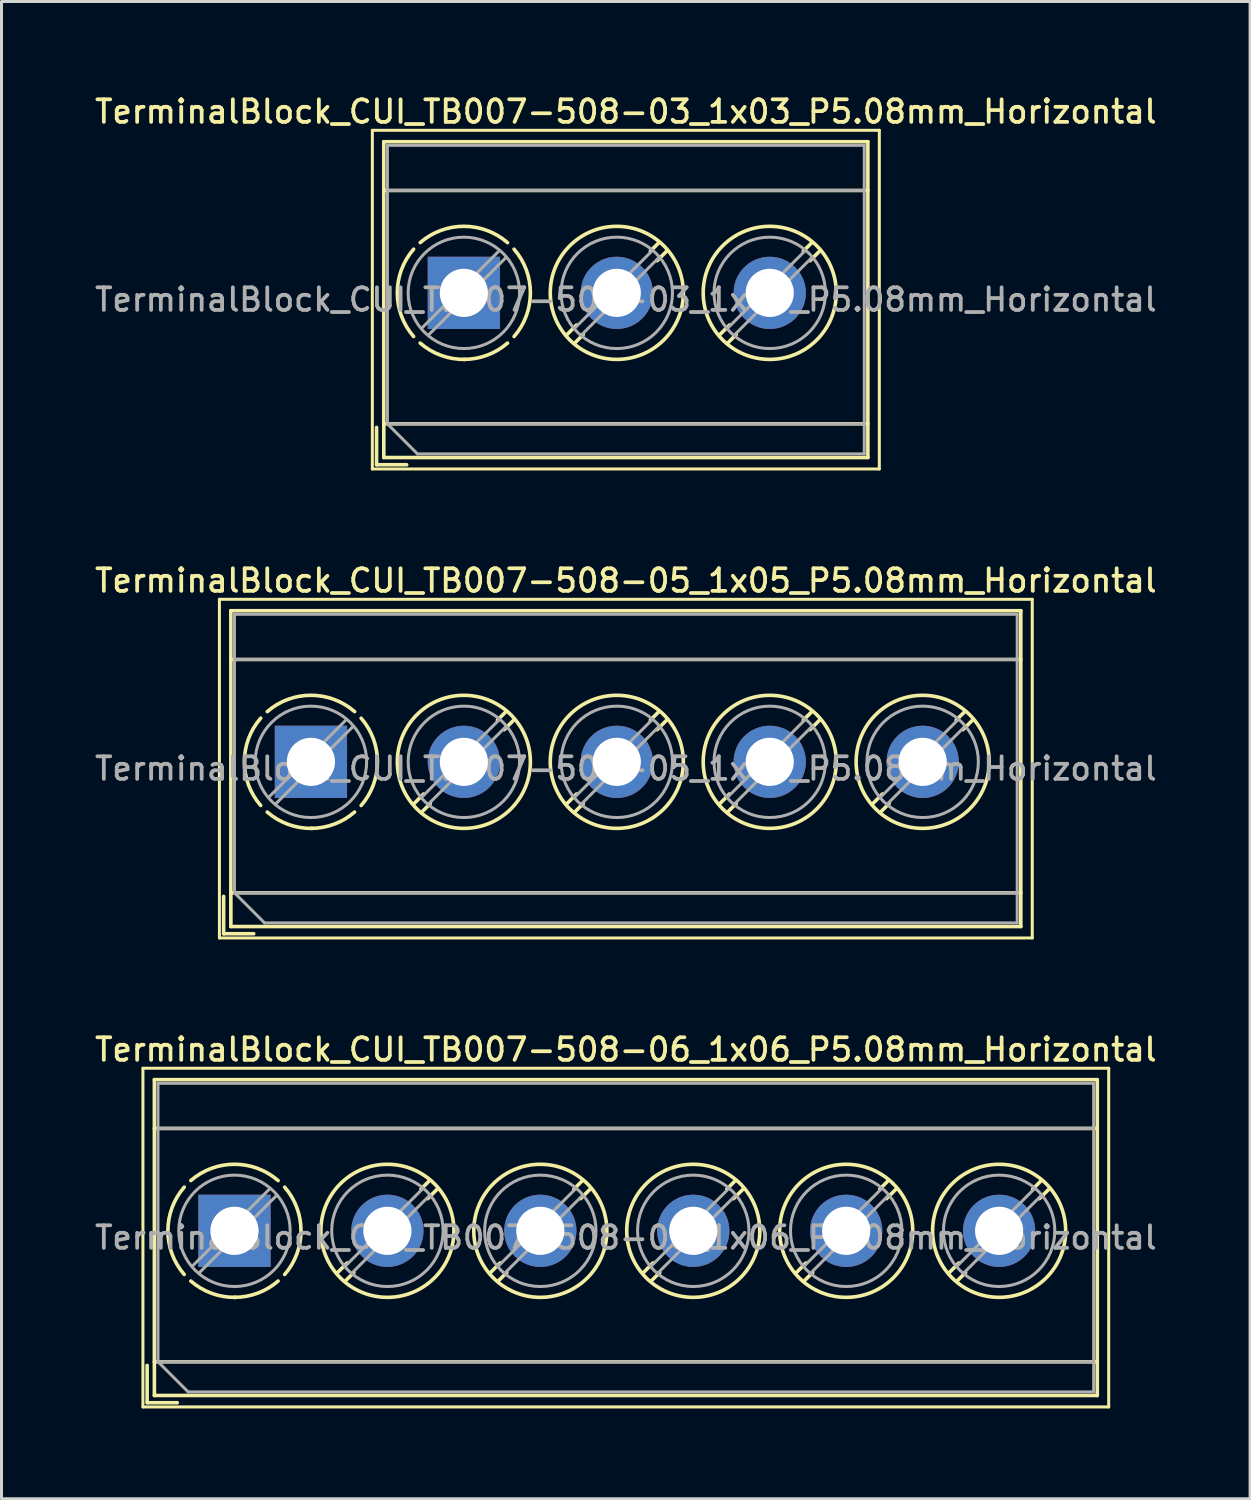
<source format=kicad_pcb>
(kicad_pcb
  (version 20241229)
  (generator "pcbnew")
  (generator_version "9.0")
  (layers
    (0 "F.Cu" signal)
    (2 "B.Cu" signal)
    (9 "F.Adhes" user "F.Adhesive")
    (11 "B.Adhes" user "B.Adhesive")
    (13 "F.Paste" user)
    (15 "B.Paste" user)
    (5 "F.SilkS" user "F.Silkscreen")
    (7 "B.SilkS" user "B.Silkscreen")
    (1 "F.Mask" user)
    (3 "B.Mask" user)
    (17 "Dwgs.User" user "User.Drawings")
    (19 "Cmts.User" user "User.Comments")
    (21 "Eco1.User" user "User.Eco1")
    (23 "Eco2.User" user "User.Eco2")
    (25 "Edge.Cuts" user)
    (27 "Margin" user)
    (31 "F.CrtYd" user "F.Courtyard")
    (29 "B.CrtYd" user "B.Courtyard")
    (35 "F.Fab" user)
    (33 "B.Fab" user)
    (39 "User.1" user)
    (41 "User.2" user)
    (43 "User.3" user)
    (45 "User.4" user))
  (footprint "TerminalBlock_CUI_TB007-508-05_1x05_P5.08mm_Horizontal"
    (layer "F.Cu")
    (at 7.278 22.256)
    (property "Reference" "TerminalBlock_CUI_TB007-508-05_1x05_P5.08mm_Horizontal" (at 10.46 -6.02 0) (layer "F.SilkS") (effects (font (size 0.75 0.75) (thickness 0.125))))
    (attr through_hole)
    (fp_line (start -3.04 -5.4) (end -3.04 5.85) (stroke (width 0.1) (type solid)) (layer "F.SilkS"))
    (fp_line (start -3.04 5.85) (end 23.96 5.85) (stroke (width 0.1) (type solid)) (layer "F.SilkS"))
    (fp_line (start -2.9 4.47) (end -2.9 5.71) (stroke (width 0.12) (type solid)) (layer "F.SilkS"))
    (fp_line (start -2.9 5.71) (end -1.9 5.71) (stroke (width 0.12) (type solid)) (layer "F.SilkS"))
    (fp_line (start -2.66 -5.02) (end -2.66 5.47) (stroke (width 0.12) (type solid)) (layer "F.SilkS"))
    (fp_line (start -2.66 -5.02) (end 23.58 -5.02) (stroke (width 0.12) (type solid)) (layer "F.SilkS"))
    (fp_line (start -2.66 -3.401) (end 23.58 -3.401) (stroke (width 0.12) (type solid)) (layer "F.SilkS"))
    (fp_line (start -2.66 4.35) (end 23.58 4.35) (stroke (width 0.12) (type solid)) (layer "F.SilkS"))
    (fp_line (start -2.66 5.47) (end 23.58 5.47) (stroke (width 0.12) (type solid)) (layer "F.SilkS"))
    (fp_line (start 3.743 1.068) (end 3.404 1.407) (stroke (width 0.12) (type solid)) (layer "F.SilkS"))
    (fp_line (start 3.967 1.384) (end 3.674 1.676) (stroke (width 0.12) (type solid)) (layer "F.SilkS"))
    (fp_line (start 6.487 -1.676) (end 6.194 -1.384) (stroke (width 0.12) (type solid)) (layer "F.SilkS"))
    (fp_line (start 6.757 -1.407) (end 6.418 -1.068) (stroke (width 0.12) (type solid)) (layer "F.SilkS"))
    (fp_line (start 8.823 1.068) (end 8.484 1.407) (stroke (width 0.12) (type solid)) (layer "F.SilkS"))
    (fp_line (start 9.047 1.384) (end 8.754 1.676) (stroke (width 0.12) (type solid)) (layer "F.SilkS"))
    (fp_line (start 11.567 -1.676) (end 11.274 -1.384) (stroke (width 0.12) (type solid)) (layer "F.SilkS"))
    (fp_line (start 11.837 -1.407) (end 11.498 -1.068) (stroke (width 0.12) (type solid)) (layer "F.SilkS"))
    (fp_line (start 13.903 1.068) (end 13.564 1.407) (stroke (width 0.12) (type solid)) (layer "F.SilkS"))
    (fp_line (start 14.127 1.384) (end 13.834 1.676) (stroke (width 0.12) (type solid)) (layer "F.SilkS"))
    (fp_line (start 16.647 -1.676) (end 16.354 -1.384) (stroke (width 0.12) (type solid)) (layer "F.SilkS"))
    (fp_line (start 16.917 -1.407) (end 16.578 -1.068) (stroke (width 0.12) (type solid)) (layer "F.SilkS"))
    (fp_line (start 18.983 1.068) (end 18.644 1.407) (stroke (width 0.12) (type solid)) (layer "F.SilkS"))
    (fp_line (start 19.207 1.384) (end 18.914 1.676) (stroke (width 0.12) (type solid)) (layer "F.SilkS"))
    (fp_line (start 21.727 -1.676) (end 21.434 -1.384) (stroke (width 0.12) (type solid)) (layer "F.SilkS"))
    (fp_line (start 21.997 -1.407) (end 21.658 -1.068) (stroke (width 0.12) (type solid)) (layer "F.SilkS"))
    (fp_line (start 23.58 -5.02) (end 23.58 5.47) (stroke (width 0.12) (type solid)) (layer "F.SilkS"))
    (fp_line (start 23.96 -5.4) (end -3.04 -5.4) (stroke (width 0.1) (type solid)) (layer "F.SilkS"))
    (fp_line (start 23.96 5.85) (end 23.96 -5.4) (stroke (width 0.1) (type solid)) (layer "F.SilkS"))
    (fp_arc (start -1.66902 1.449827) (mid -2.210797 -0.000777) (end -1.668 -1.451) (stroke (width 0.12) (type solid)) (layer "F.SilkS"))
    (fp_arc (start -1.449827 -1.66902) (mid 0.000777 -2.210797) (end 1.451 -1.668) (stroke (width 0.12) (type solid)) (layer "F.SilkS"))
    (fp_arc (start 0.037807 2.210474) (mid -0.756867 2.077204) (end -1.451 1.668) (stroke (width 0.12) (type solid)) (layer "F.SilkS"))
    (fp_arc (start 1.44989 1.667908) (mid 0.773958 2.070046) (end 0 2.21) (stroke (width 0.12) (type solid)) (layer "F.SilkS"))
    (fp_arc (start 1.668029 -1.449966) (mid 2.210141 0.000022) (end 1.668 1.45) (stroke (width 0.12) (type solid)) (layer "F.SilkS"))
    (fp_circle (center 5.08 0) (end 7.29 0) (stroke (width 0.12) (type solid)) (fill no) (layer "F.SilkS"))
    (fp_circle (center 10.16 0) (end 12.37 0) (stroke (width 0.12) (type solid)) (fill no) (layer "F.SilkS"))
    (fp_circle (center 15.24 0) (end 17.45 0) (stroke (width 0.12) (type solid)) (fill no) (layer "F.SilkS"))
    (fp_circle (center 20.32 0) (end 22.53 0) (stroke (width 0.12) (type solid)) (fill no) (layer "F.SilkS"))
    (fp_line (start -2.54 -4.9) (end 23.46 -4.9) (stroke (width 0.1) (type solid)) (layer "F.Fab"))
    (fp_line (start -2.54 -3.4) (end 23.46 -3.4) (stroke (width 0.1) (type solid)) (layer "F.Fab"))
    (fp_line (start -2.54 4.35) (end -2.54 -4.9) (stroke (width 0.1) (type solid)) (layer "F.Fab"))
    (fp_line (start -2.54 4.35) (end 23.46 4.35) (stroke (width 0.1) (type solid)) (layer "F.Fab"))
    (fp_line (start -1.54 5.35) (end -2.54 4.35) (stroke (width 0.1) (type solid)) (layer "F.Fab"))
    (fp_line (start 1.178 -1.403) (end -1.404 1.178) (stroke (width 0.1) (type solid)) (layer "F.Fab"))
    (fp_line (start 1.404 -1.178) (end -1.178 1.403) (stroke (width 0.1) (type solid)) (layer "F.Fab"))
    (fp_line (start 6.258 -1.403) (end 3.677 1.178) (stroke (width 0.1) (type solid)) (layer "F.Fab"))
    (fp_line (start 6.484 -1.178) (end 3.903 1.403) (stroke (width 0.1) (type solid)) (layer "F.Fab"))
    (fp_line (start 11.338 -1.403) (end 8.757 1.178) (stroke (width 0.1) (type solid)) (layer "F.Fab"))
    (fp_line (start 11.564 -1.178) (end 8.983 1.403) (stroke (width 0.1) (type solid)) (layer "F.Fab"))
    (fp_line (start 16.418 -1.403) (end 13.837 1.178) (stroke (width 0.1) (type solid)) (layer "F.Fab"))
    (fp_line (start 16.644 -1.178) (end 14.063 1.403) (stroke (width 0.1) (type solid)) (layer "F.Fab"))
    (fp_line (start 21.498 -1.403) (end 18.917 1.178) (stroke (width 0.1) (type solid)) (layer "F.Fab"))
    (fp_line (start 21.724 -1.178) (end 19.143 1.403) (stroke (width 0.1) (type solid)) (layer "F.Fab"))
    (fp_line (start 23.46 -4.9) (end 23.46 5.35) (stroke (width 0.1) (type solid)) (layer "F.Fab"))
    (fp_line (start 23.46 5.35) (end -1.54 5.35) (stroke (width 0.1) (type solid)) (layer "F.Fab"))
    (fp_circle (center 0 0) (end 1.85 0) (stroke (width 0.1) (type solid)) (fill no) (layer "F.Fab"))
    (fp_circle (center 5.08 0) (end 6.93 0) (stroke (width 0.1) (type solid)) (fill no) (layer "F.Fab"))
    (fp_circle (center 10.16 0) (end 12.01 0) (stroke (width 0.1) (type solid)) (fill no) (layer "F.Fab"))
    (fp_circle (center 15.24 0) (end 17.09 0) (stroke (width 0.1) (type solid)) (fill no) (layer "F.Fab"))
    (fp_circle (center 20.32 0) (end 22.17 0) (stroke (width 0.1) (type solid)) (fill no) (layer "F.Fab"))
    (fp_text user "${REFERENCE}" (at 10.46 0.225 0) (layer "F.Fab") (effects (font (size 0.75 0.75) (thickness 0.125))))
    (pad "1" thru_hole rect (at 0 0) (size 2.4 2.4) (drill 1.6) (layers "*.Cu" "*.Mask"))
    (pad "2" thru_hole circle (at 5.08 0) (size 2.4 2.4) (drill 1.6) (layers "*.Cu" "*.Mask"))
    (pad "3" thru_hole circle (at 10.16 0) (size 2.4 2.4) (drill 1.6) (layers "*.Cu" "*.Mask"))
    (pad "4" thru_hole circle (at 15.24 0) (size 2.4 2.4) (drill 1.6) (layers "*.Cu" "*.Mask"))
    (pad "5" thru_hole circle (at 20.32 0) (size 2.4 2.4) (drill 1.6) (layers "*.Cu" "*.Mask")))
  (footprint "TerminalBlock_CUI_TB007-508-03_1x03_P5.08mm_Horizontal"
    (layer "F.Cu")
    (at 12.358 6.678)
    (property "Reference" "TerminalBlock_CUI_TB007-508-03_1x03_P5.08mm_Horizontal" (at 5.38 -6.02 0) (layer "F.SilkS") (effects (font (size 0.75 0.75) (thickness 0.125))))
    (attr through_hole)
    (fp_line (start -3.04 -5.4) (end -3.04 5.85) (stroke (width 0.1) (type solid)) (layer "F.SilkS"))
    (fp_line (start -3.04 5.85) (end 13.8 5.85) (stroke (width 0.1) (type solid)) (layer "F.SilkS"))
    (fp_line (start -2.9 4.47) (end -2.9 5.71) (stroke (width 0.12) (type solid)) (layer "F.SilkS"))
    (fp_line (start -2.9 5.71) (end -1.9 5.71) (stroke (width 0.12) (type solid)) (layer "F.SilkS"))
    (fp_line (start -2.66 -5.02) (end -2.66 5.47) (stroke (width 0.12) (type solid)) (layer "F.SilkS"))
    (fp_line (start -2.66 -5.02) (end 13.42 -5.02) (stroke (width 0.12) (type solid)) (layer "F.SilkS"))
    (fp_line (start -2.66 -3.401) (end 13.42 -3.401) (stroke (width 0.12) (type solid)) (layer "F.SilkS"))
    (fp_line (start -2.66 4.35) (end 13.42 4.35) (stroke (width 0.12) (type solid)) (layer "F.SilkS"))
    (fp_line (start -2.66 5.47) (end 13.42 5.47) (stroke (width 0.12) (type solid)) (layer "F.SilkS"))
    (fp_line (start 3.743 1.068) (end 3.404 1.407) (stroke (width 0.12) (type solid)) (layer "F.SilkS"))
    (fp_line (start 3.967 1.384) (end 3.674 1.676) (stroke (width 0.12) (type solid)) (layer "F.SilkS"))
    (fp_line (start 6.487 -1.676) (end 6.194 -1.384) (stroke (width 0.12) (type solid)) (layer "F.SilkS"))
    (fp_line (start 6.757 -1.407) (end 6.418 -1.068) (stroke (width 0.12) (type solid)) (layer "F.SilkS"))
    (fp_line (start 8.823 1.068) (end 8.484 1.407) (stroke (width 0.12) (type solid)) (layer "F.SilkS"))
    (fp_line (start 9.047 1.384) (end 8.754 1.676) (stroke (width 0.12) (type solid)) (layer "F.SilkS"))
    (fp_line (start 11.567 -1.676) (end 11.274 -1.384) (stroke (width 0.12) (type solid)) (layer "F.SilkS"))
    (fp_line (start 11.837 -1.407) (end 11.498 -1.068) (stroke (width 0.12) (type solid)) (layer "F.SilkS"))
    (fp_line (start 13.42 -5.02) (end 13.42 5.47) (stroke (width 0.12) (type solid)) (layer "F.SilkS"))
    (fp_line (start 13.8 -5.4) (end -3.04 -5.4) (stroke (width 0.1) (type solid)) (layer "F.SilkS"))
    (fp_line (start 13.8 5.85) (end 13.8 -5.4) (stroke (width 0.1) (type solid)) (layer "F.SilkS"))
    (fp_arc (start -1.66902 1.449827) (mid -2.210797 -0.000777) (end -1.668 -1.451) (stroke (width 0.12) (type solid)) (layer "F.SilkS"))
    (fp_arc (start -1.449827 -1.66902) (mid 0.000777 -2.210797) (end 1.451 -1.668) (stroke (width 0.12) (type solid)) (layer "F.SilkS"))
    (fp_arc (start 0.037807 2.210474) (mid -0.756867 2.077204) (end -1.451 1.668) (stroke (width 0.12) (type solid)) (layer "F.SilkS"))
    (fp_arc (start 1.44989 1.667908) (mid 0.773958 2.070046) (end 0 2.21) (stroke (width 0.12) (type solid)) (layer "F.SilkS"))
    (fp_arc (start 1.668029 -1.449966) (mid 2.210141 0.000022) (end 1.668 1.45) (stroke (width 0.12) (type solid)) (layer "F.SilkS"))
    (fp_circle (center 5.08 0) (end 7.29 0) (stroke (width 0.12) (type solid)) (fill no) (layer "F.SilkS"))
    (fp_circle (center 10.16 0) (end 12.37 0) (stroke (width 0.12) (type solid)) (fill no) (layer "F.SilkS"))
    (fp_line (start -2.54 -4.9) (end 13.3 -4.9) (stroke (width 0.1) (type solid)) (layer "F.Fab"))
    (fp_line (start -2.54 -3.4) (end 13.3 -3.4) (stroke (width 0.1) (type solid)) (layer "F.Fab"))
    (fp_line (start -2.54 4.35) (end -2.54 -4.9) (stroke (width 0.1) (type solid)) (layer "F.Fab"))
    (fp_line (start -2.54 4.35) (end 13.3 4.35) (stroke (width 0.1) (type solid)) (layer "F.Fab"))
    (fp_line (start -1.54 5.35) (end -2.54 4.35) (stroke (width 0.1) (type solid)) (layer "F.Fab"))
    (fp_line (start 1.178 -1.403) (end -1.404 1.178) (stroke (width 0.1) (type solid)) (layer "F.Fab"))
    (fp_line (start 1.404 -1.178) (end -1.178 1.403) (stroke (width 0.1) (type solid)) (layer "F.Fab"))
    (fp_line (start 6.258 -1.403) (end 3.677 1.178) (stroke (width 0.1) (type solid)) (layer "F.Fab"))
    (fp_line (start 6.484 -1.178) (end 3.903 1.403) (stroke (width 0.1) (type solid)) (layer "F.Fab"))
    (fp_line (start 11.338 -1.403) (end 8.757 1.178) (stroke (width 0.1) (type solid)) (layer "F.Fab"))
    (fp_line (start 11.564 -1.178) (end 8.983 1.403) (stroke (width 0.1) (type solid)) (layer "F.Fab"))
    (fp_line (start 13.3 -4.9) (end 13.3 5.35) (stroke (width 0.1) (type solid)) (layer "F.Fab"))
    (fp_line (start 13.3 5.35) (end -1.54 5.35) (stroke (width 0.1) (type solid)) (layer "F.Fab"))
    (fp_circle (center 0 0) (end 1.85 0) (stroke (width 0.1) (type solid)) (fill no) (layer "F.Fab"))
    (fp_circle (center 5.08 0) (end 6.93 0) (stroke (width 0.1) (type solid)) (fill no) (layer "F.Fab"))
    (fp_circle (center 10.16 0) (end 12.01 0) (stroke (width 0.1) (type solid)) (fill no) (layer "F.Fab"))
    (fp_text user "${REFERENCE}" (at 5.38 0.225 0) (layer "F.Fab") (effects (font (size 0.75 0.75) (thickness 0.125))))
    (pad "1" thru_hole rect (at 0 0) (size 2.4 2.4) (drill 1.6) (layers "*.Cu" "*.Mask"))
    (pad "2" thru_hole circle (at 5.08 0) (size 2.4 2.4) (drill 1.6) (layers "*.Cu" "*.Mask"))
    (pad "3" thru_hole circle (at 10.16 0) (size 2.4 2.4) (drill 1.6) (layers "*.Cu" "*.Mask")))
  (footprint "TerminalBlock_CUI_TB007-508-06_1x06_P5.08mm_Horizontal"
    (layer "F.Cu")
    (at 4.738 37.834)
    (property "Reference" "TerminalBlock_CUI_TB007-508-06_1x06_P5.08mm_Horizontal" (at 13 -6.02 0) (layer "F.SilkS") (effects (font (size 0.75 0.75) (thickness 0.125))))
    (attr through_hole)
    (fp_line (start -3.04 -5.4) (end -3.04 5.85) (stroke (width 0.1) (type solid)) (layer "F.SilkS"))
    (fp_line (start -3.04 5.85) (end 29.04 5.85) (stroke (width 0.1) (type solid)) (layer "F.SilkS"))
    (fp_line (start -2.9 4.47) (end -2.9 5.71) (stroke (width 0.12) (type solid)) (layer "F.SilkS"))
    (fp_line (start -2.9 5.71) (end -1.9 5.71) (stroke (width 0.12) (type solid)) (layer "F.SilkS"))
    (fp_line (start -2.66 -5.02) (end -2.66 5.47) (stroke (width 0.12) (type solid)) (layer "F.SilkS"))
    (fp_line (start -2.66 -5.02) (end 28.66 -5.02) (stroke (width 0.12) (type solid)) (layer "F.SilkS"))
    (fp_line (start -2.66 -3.401) (end 28.66 -3.401) (stroke (width 0.12) (type solid)) (layer "F.SilkS"))
    (fp_line (start -2.66 4.35) (end 28.66 4.35) (stroke (width 0.12) (type solid)) (layer "F.SilkS"))
    (fp_line (start -2.66 5.47) (end 28.66 5.47) (stroke (width 0.12) (type solid)) (layer "F.SilkS"))
    (fp_line (start 3.743 1.068) (end 3.404 1.407) (stroke (width 0.12) (type solid)) (layer "F.SilkS"))
    (fp_line (start 3.967 1.384) (end 3.674 1.676) (stroke (width 0.12) (type solid)) (layer "F.SilkS"))
    (fp_line (start 6.487 -1.676) (end 6.194 -1.384) (stroke (width 0.12) (type solid)) (layer "F.SilkS"))
    (fp_line (start 6.757 -1.407) (end 6.418 -1.068) (stroke (width 0.12) (type solid)) (layer "F.SilkS"))
    (fp_line (start 8.823 1.068) (end 8.484 1.407) (stroke (width 0.12) (type solid)) (layer "F.SilkS"))
    (fp_line (start 9.047 1.384) (end 8.754 1.676) (stroke (width 0.12) (type solid)) (layer "F.SilkS"))
    (fp_line (start 11.567 -1.676) (end 11.274 -1.384) (stroke (width 0.12) (type solid)) (layer "F.SilkS"))
    (fp_line (start 11.837 -1.407) (end 11.498 -1.068) (stroke (width 0.12) (type solid)) (layer "F.SilkS"))
    (fp_line (start 13.903 1.068) (end 13.564 1.407) (stroke (width 0.12) (type solid)) (layer "F.SilkS"))
    (fp_line (start 14.127 1.384) (end 13.834 1.676) (stroke (width 0.12) (type solid)) (layer "F.SilkS"))
    (fp_line (start 16.647 -1.676) (end 16.354 -1.384) (stroke (width 0.12) (type solid)) (layer "F.SilkS"))
    (fp_line (start 16.917 -1.407) (end 16.578 -1.068) (stroke (width 0.12) (type solid)) (layer "F.SilkS"))
    (fp_line (start 18.983 1.068) (end 18.644 1.407) (stroke (width 0.12) (type solid)) (layer "F.SilkS"))
    (fp_line (start 19.207 1.384) (end 18.914 1.676) (stroke (width 0.12) (type solid)) (layer "F.SilkS"))
    (fp_line (start 21.727 -1.676) (end 21.434 -1.384) (stroke (width 0.12) (type solid)) (layer "F.SilkS"))
    (fp_line (start 21.997 -1.407) (end 21.658 -1.068) (stroke (width 0.12) (type solid)) (layer "F.SilkS"))
    (fp_line (start 24.063 1.068) (end 23.724 1.407) (stroke (width 0.12) (type solid)) (layer "F.SilkS"))
    (fp_line (start 24.287 1.384) (end 23.994 1.676) (stroke (width 0.12) (type solid)) (layer "F.SilkS"))
    (fp_line (start 26.807 -1.676) (end 26.514 -1.384) (stroke (width 0.12) (type solid)) (layer "F.SilkS"))
    (fp_line (start 27.077 -1.407) (end 26.738 -1.068) (stroke (width 0.12) (type solid)) (layer "F.SilkS"))
    (fp_line (start 28.66 -5.02) (end 28.66 5.47) (stroke (width 0.12) (type solid)) (layer "F.SilkS"))
    (fp_line (start 29.04 -5.4) (end -3.04 -5.4) (stroke (width 0.1) (type solid)) (layer "F.SilkS"))
    (fp_line (start 29.04 5.85) (end 29.04 -5.4) (stroke (width 0.1) (type solid)) (layer "F.SilkS"))
    (fp_arc (start -1.66902 1.449827) (mid -2.210797 -0.000777) (end -1.668 -1.451) (stroke (width 0.12) (type solid)) (layer "F.SilkS"))
    (fp_arc (start -1.449827 -1.66902) (mid 0.000777 -2.210797) (end 1.451 -1.668) (stroke (width 0.12) (type solid)) (layer "F.SilkS"))
    (fp_arc (start 0.037807 2.210474) (mid -0.756867 2.077204) (end -1.451 1.668) (stroke (width 0.12) (type solid)) (layer "F.SilkS"))
    (fp_arc (start 1.44989 1.667908) (mid 0.773958 2.070046) (end 0 2.21) (stroke (width 0.12) (type solid)) (layer "F.SilkS"))
    (fp_arc (start 1.668029 -1.449966) (mid 2.210141 0.000022) (end 1.668 1.45) (stroke (width 0.12) (type solid)) (layer "F.SilkS"))
    (fp_circle (center 5.08 0) (end 7.29 0) (stroke (width 0.12) (type solid)) (fill no) (layer "F.SilkS"))
    (fp_circle (center 10.16 0) (end 12.37 0) (stroke (width 0.12) (type solid)) (fill no) (layer "F.SilkS"))
    (fp_circle (center 15.24 0) (end 17.45 0) (stroke (width 0.12) (type solid)) (fill no) (layer "F.SilkS"))
    (fp_circle (center 20.32 0) (end 22.53 0) (stroke (width 0.12) (type solid)) (fill no) (layer "F.SilkS"))
    (fp_circle (center 25.4 0) (end 27.61 0) (stroke (width 0.12) (type solid)) (fill no) (layer "F.SilkS"))
    (fp_line (start -2.54 -4.9) (end 28.54 -4.9) (stroke (width 0.1) (type solid)) (layer "F.Fab"))
    (fp_line (start -2.54 -3.4) (end 28.54 -3.4) (stroke (width 0.1) (type solid)) (layer "F.Fab"))
    (fp_line (start -2.54 4.35) (end -2.54 -4.9) (stroke (width 0.1) (type solid)) (layer "F.Fab"))
    (fp_line (start -2.54 4.35) (end 28.54 4.35) (stroke (width 0.1) (type solid)) (layer "F.Fab"))
    (fp_line (start -1.54 5.35) (end -2.54 4.35) (stroke (width 0.1) (type solid)) (layer "F.Fab"))
    (fp_line (start 1.178 -1.403) (end -1.404 1.178) (stroke (width 0.1) (type solid)) (layer "F.Fab"))
    (fp_line (start 1.404 -1.178) (end -1.178 1.403) (stroke (width 0.1) (type solid)) (layer "F.Fab"))
    (fp_line (start 6.258 -1.403) (end 3.677 1.178) (stroke (width 0.1) (type solid)) (layer "F.Fab"))
    (fp_line (start 6.484 -1.178) (end 3.903 1.403) (stroke (width 0.1) (type solid)) (layer "F.Fab"))
    (fp_line (start 11.338 -1.403) (end 8.757 1.178) (stroke (width 0.1) (type solid)) (layer "F.Fab"))
    (fp_line (start 11.564 -1.178) (end 8.983 1.403) (stroke (width 0.1) (type solid)) (layer "F.Fab"))
    (fp_line (start 16.418 -1.403) (end 13.837 1.178) (stroke (width 0.1) (type solid)) (layer "F.Fab"))
    (fp_line (start 16.644 -1.178) (end 14.063 1.403) (stroke (width 0.1) (type solid)) (layer "F.Fab"))
    (fp_line (start 21.498 -1.403) (end 18.917 1.178) (stroke (width 0.1) (type solid)) (layer "F.Fab"))
    (fp_line (start 21.724 -1.178) (end 19.143 1.403) (stroke (width 0.1) (type solid)) (layer "F.Fab"))
    (fp_line (start 26.578 -1.403) (end 23.997 1.178) (stroke (width 0.1) (type solid)) (layer "F.Fab"))
    (fp_line (start 26.804 -1.178) (end 24.223 1.403) (stroke (width 0.1) (type solid)) (layer "F.Fab"))
    (fp_line (start 28.54 -4.9) (end 28.54 5.35) (stroke (width 0.1) (type solid)) (layer "F.Fab"))
    (fp_line (start 28.54 5.35) (end -1.54 5.35) (stroke (width 0.1) (type solid)) (layer "F.Fab"))
    (fp_circle (center 0 0) (end 1.85 0) (stroke (width 0.1) (type solid)) (fill no) (layer "F.Fab"))
    (fp_circle (center 5.08 0) (end 6.93 0) (stroke (width 0.1) (type solid)) (fill no) (layer "F.Fab"))
    (fp_circle (center 10.16 0) (end 12.01 0) (stroke (width 0.1) (type solid)) (fill no) (layer "F.Fab"))
    (fp_circle (center 15.24 0) (end 17.09 0) (stroke (width 0.1) (type solid)) (fill no) (layer "F.Fab"))
    (fp_circle (center 20.32 0) (end 22.17 0) (stroke (width 0.1) (type solid)) (fill no) (layer "F.Fab"))
    (fp_circle (center 25.4 0) (end 27.25 0) (stroke (width 0.1) (type solid)) (fill no) (layer "F.Fab"))
    (fp_text user "${REFERENCE}" (at 13 0.225 0) (layer "F.Fab") (effects (font (size 0.75 0.75) (thickness 0.125))))
    (pad "1" thru_hole rect (at 0 0) (size 2.4 2.4) (drill 1.6) (layers "*.Cu" "*.Mask"))
    (pad "2" thru_hole circle (at 5.08 0) (size 2.4 2.4) (drill 1.6) (layers "*.Cu" "*.Mask"))
    (pad "3" thru_hole circle (at 10.16 0) (size 2.4 2.4) (drill 1.6) (layers "*.Cu" "*.Mask"))
    (pad "4" thru_hole circle (at 15.24 0) (size 2.4 2.4) (drill 1.6) (layers "*.Cu" "*.Mask"))
    (pad "5" thru_hole circle (at 20.32 0) (size 2.4 2.4) (drill 1.6) (layers "*.Cu" "*.Mask"))
    (pad "6" thru_hole circle (at 25.4 0) (size 2.4 2.4) (drill 1.6) (layers "*.Cu" "*.Mask")))
  (gr_rect
    (start -3 -3)
    (end 38.475 46.734)
    (stroke (width 0.1) (type default))
    (fill no)
    (layer "Edge.Cuts")))
</source>
